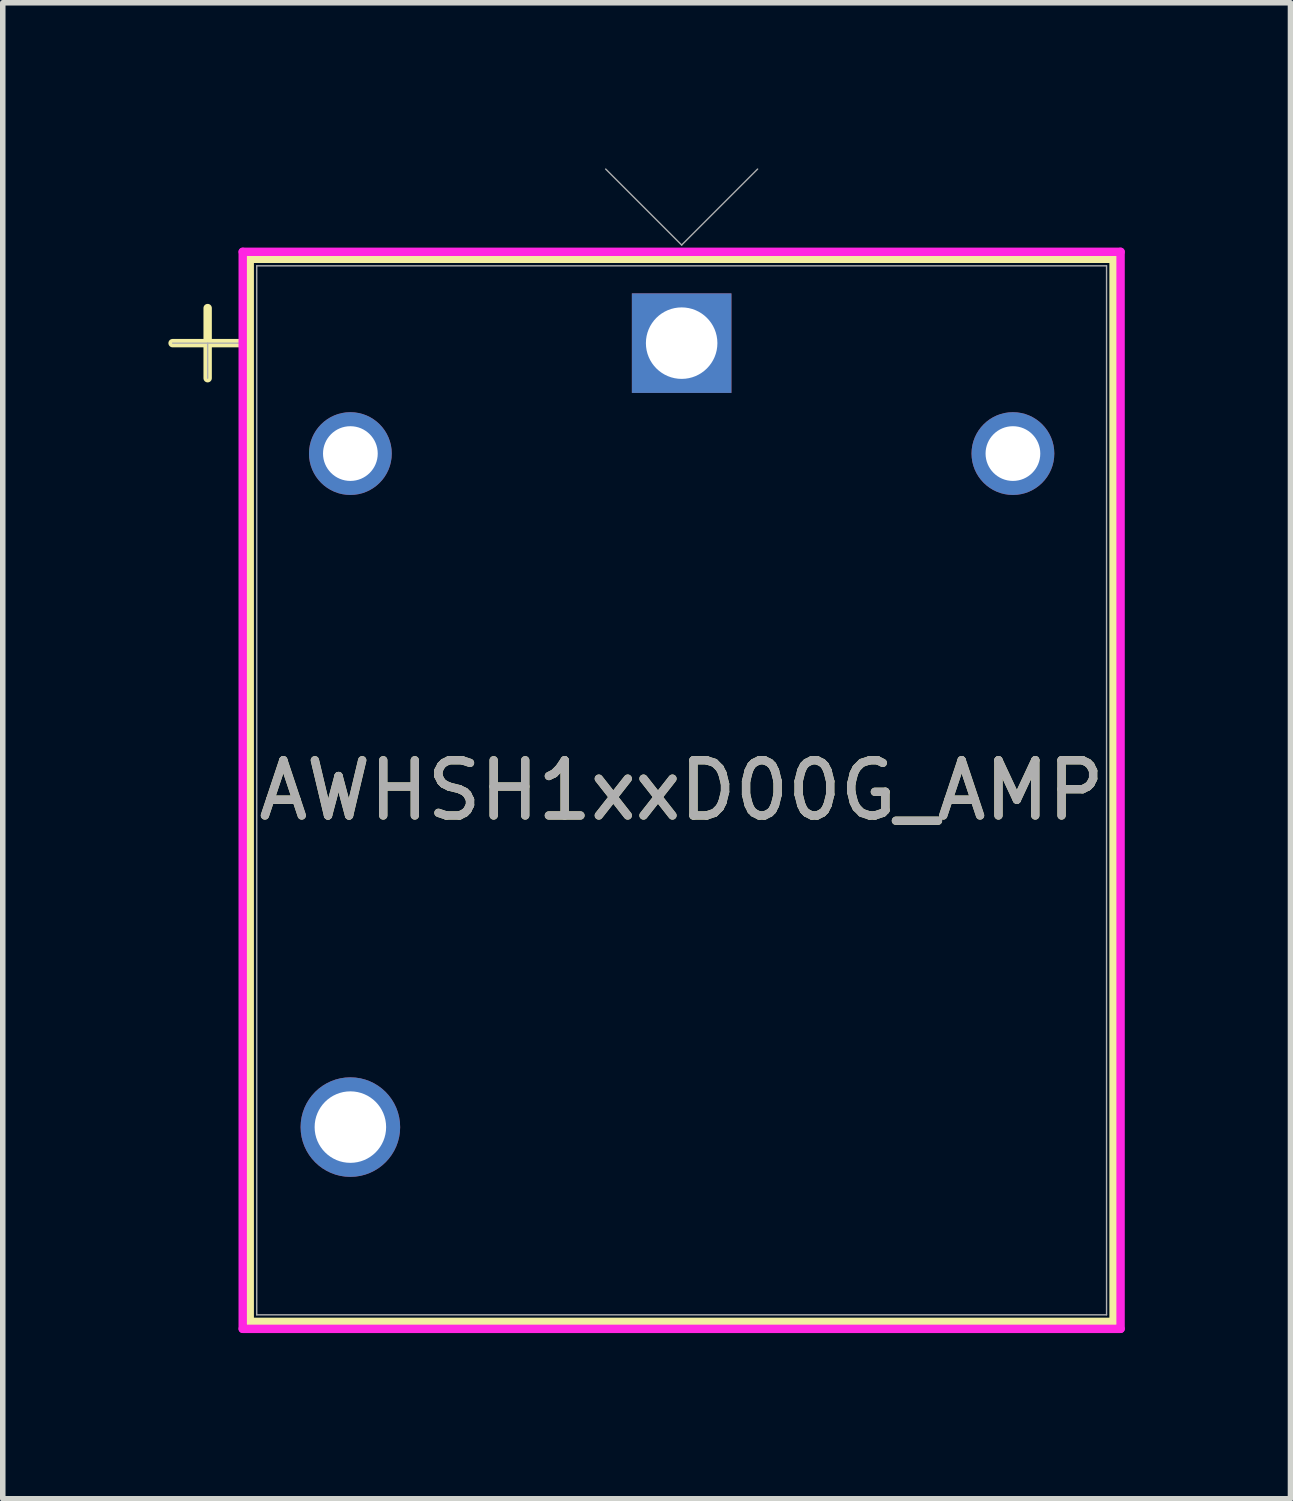
<source format=kicad_pcb>
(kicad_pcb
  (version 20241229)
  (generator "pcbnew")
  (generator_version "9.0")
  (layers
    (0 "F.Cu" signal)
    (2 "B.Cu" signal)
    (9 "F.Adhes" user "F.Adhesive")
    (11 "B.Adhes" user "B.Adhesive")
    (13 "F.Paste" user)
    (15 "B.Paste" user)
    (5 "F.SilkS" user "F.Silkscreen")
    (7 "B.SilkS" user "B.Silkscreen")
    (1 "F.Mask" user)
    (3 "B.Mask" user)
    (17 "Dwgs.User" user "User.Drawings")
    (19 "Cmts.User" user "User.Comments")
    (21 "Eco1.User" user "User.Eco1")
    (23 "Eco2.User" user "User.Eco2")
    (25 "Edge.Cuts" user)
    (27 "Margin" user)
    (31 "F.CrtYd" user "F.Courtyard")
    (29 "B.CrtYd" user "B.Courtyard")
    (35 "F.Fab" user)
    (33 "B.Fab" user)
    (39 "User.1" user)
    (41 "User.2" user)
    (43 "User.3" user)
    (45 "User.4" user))
  (footprint "AWHSH1xxD00G_AMP"
    (layer "F.Cu")
    (at 9.296 3.165)
    (property "Reference" "AWHSH1xxD00G_AMP" (at 0 8.1 0) (unlocked yes) (layer "F.SilkS") (effects (font (size 1 1) (thickness 0.15))))
    (attr through_hole)
    (fp_line (start -9.22 0) (end -7.95 0) (stroke (width 0.152) (type solid)) (layer "F.SilkS"))
    (fp_line (start -8.585 -0.635) (end -8.585 0.635) (stroke (width 0.152) (type solid)) (layer "F.SilkS"))
    (fp_line (start -7.823 -1.527) (end -7.823 17.726) (stroke (width 0.152) (type solid)) (layer "F.SilkS"))
    (fp_line (start 7.823 -1.527) (end -7.823 -1.527) (stroke (width 0.152) (type solid)) (layer "F.SilkS"))
    (fp_line (start 7.823 -1.527) (end 7.823 17.726) (stroke (width 0.152) (type solid)) (layer "F.SilkS"))
    (fp_line (start 7.823 17.726) (end -7.823 17.726) (stroke (width 0.152) (type solid)) (layer "F.SilkS"))
    (fp_line (start -7.95 -1.654) (end -7.95 17.853) (stroke (width 0.152) (type solid)) (layer "F.CrtYd"))
    (fp_line (start -7.95 17.853) (end 7.95 17.853) (stroke (width 0.152) (type solid)) (layer "F.CrtYd"))
    (fp_line (start 7.95 -1.654) (end -7.95 -1.654) (stroke (width 0.152) (type solid)) (layer "F.CrtYd"))
    (fp_line (start 7.95 17.853) (end 7.95 -1.654) (stroke (width 0.152) (type solid)) (layer "F.CrtYd"))
    (fp_line (start -9.22 0) (end -7.95 0) (stroke (width 0.025) (type solid)) (layer "F.Fab"))
    (fp_line (start -8.585 0) (end -8.585 0.635) (stroke (width 0.025) (type solid)) (layer "F.Fab"))
    (fp_line (start -7.696 -1.4) (end -7.696 17.599) (stroke (width 0.025) (type solid)) (layer "F.Fab"))
    (fp_line (start -1.376 -3.153) (end 0 -1.777) (stroke (width 0.025) (type solid)) (layer "F.Fab"))
    (fp_line (start 0 -1.777) (end 1.376 -3.153) (stroke (width 0.025) (type solid)) (layer "F.Fab"))
    (fp_line (start 7.696 -1.4) (end -7.696 -1.4) (stroke (width 0.025) (type solid)) (layer "F.Fab"))
    (fp_line (start 7.696 -1.4) (end 7.696 17.599) (stroke (width 0.025) (type solid)) (layer "F.Fab"))
    (fp_line (start 7.696 17.599) (end -7.696 17.599) (stroke (width 0.025) (type solid)) (layer "F.Fab"))
    (fp_text user "${REFERENCE}" (at 0 8.1 0) (unlocked yes) (layer "F.Fab") (effects (font (size 1 1) (thickness 0.15))))
    (pad "1" thru_hole rect (at 0 0) (size 1.803 1.803) (drill 1.295) (layers "*.Cu" "*.Mask"))
    (pad "2" thru_hole circle (at -6 2) (size 1.499 1.499) (drill 0.991) (layers "*.Cu" "*.Mask"))
    (pad "3" thru_hole circle (at -6 14.199) (size 1.803 1.803) (drill 1.295) (layers "*.Cu" "*.Mask"))
    (pad "5" thru_hole circle (at 6 2) (size 1.499 1.499) (drill 0.991) (layers "*.Cu" "*.Mask")))
  (gr_rect
    (start -3 -3)
    (end 20.323 24.095)
    (stroke (width 0.1) (type default))
    (fill no)
    (layer "Edge.Cuts")))
</source>
